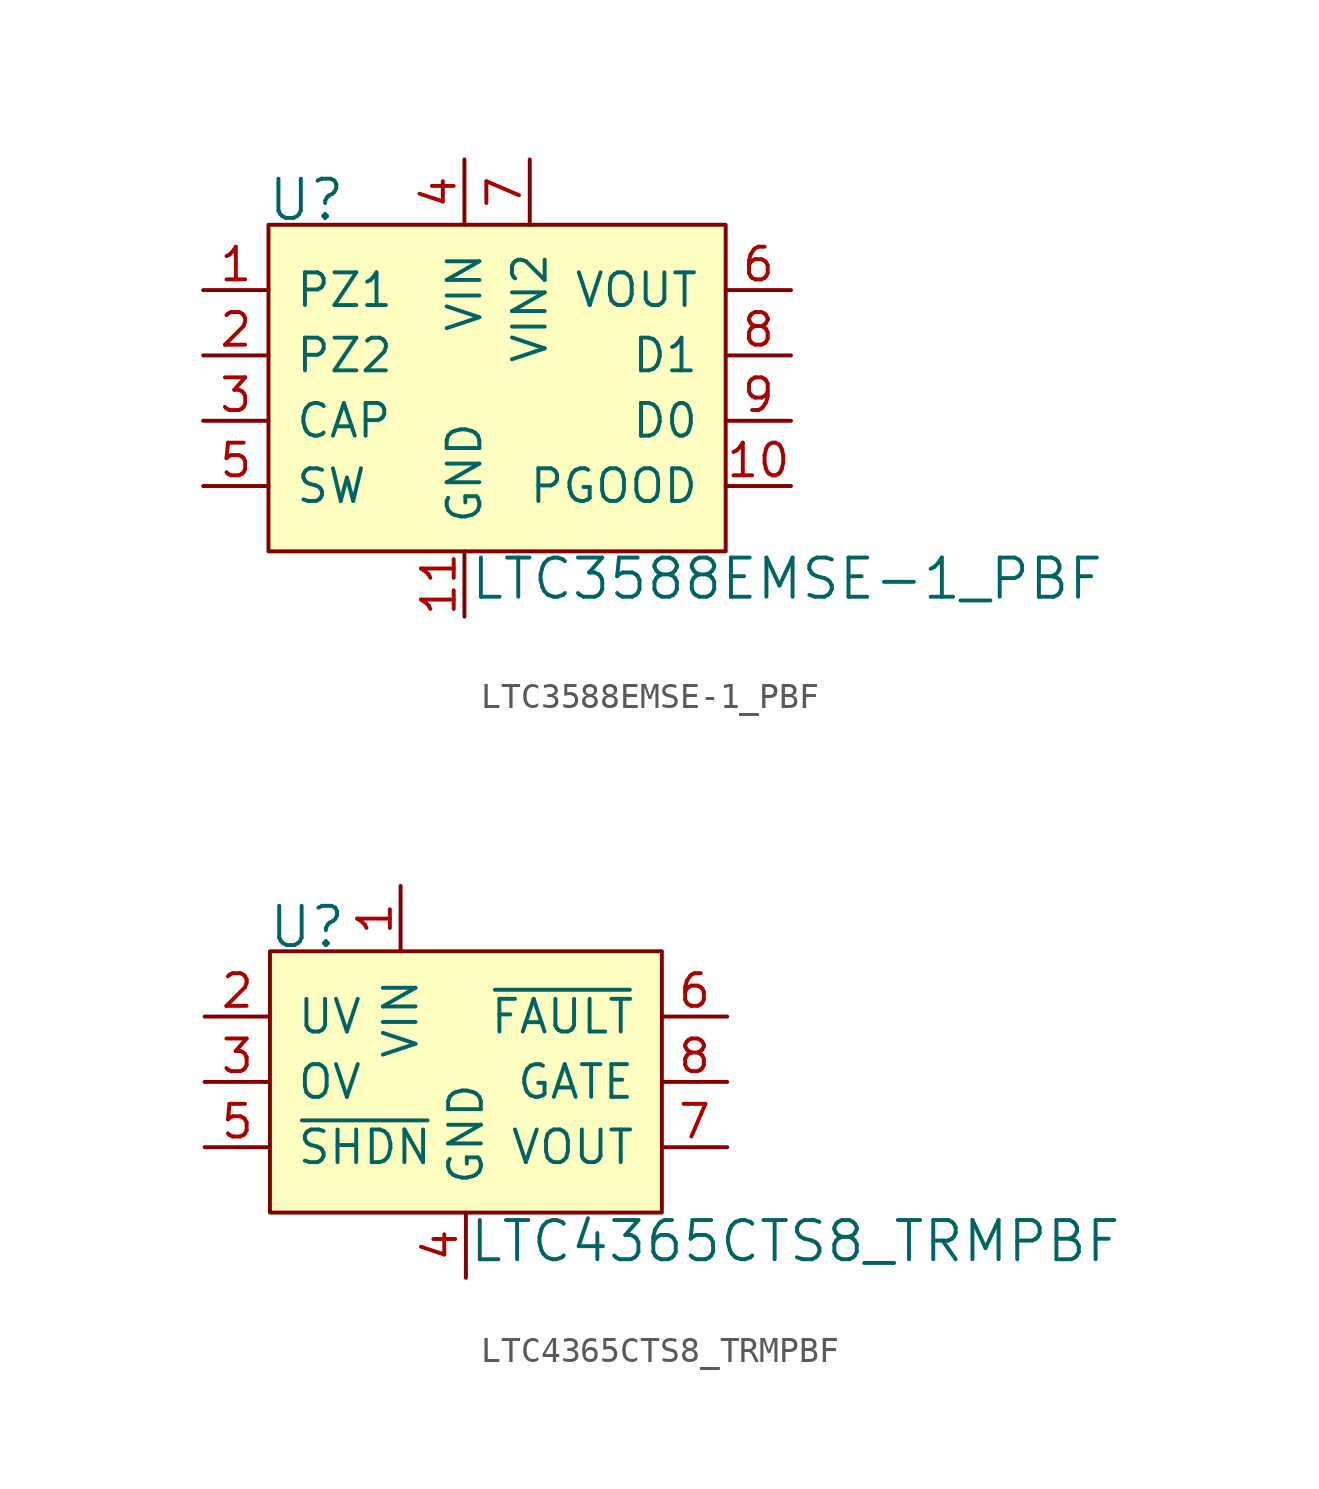
<source format=kicad_sym>
(kicad_symbol_lib
  (version 20201005)
  (generator kicad_symbol_editor)
  (symbol "LTC3588EMSE-1_PBF"
    (pin_names
      (offset 1.016))
    (property "Reference" "U"
      (at -7.696 6.045 0)
      (effects (font (size 1.524 1.524)) (justify left)))
    (property "Value" "LTC3588EMSE-1_PBF"
      (at 0.178 -8.687 0)
      (effects (font (size 1.524 1.524)) (justify left)))
    (symbol "LTC3588EMSE-1_PBF_0_1"
      (rectangle (start -7.62 5.08) (end 10.16 -7.62) (stroke (width 0)) (fill (type background))))
    (symbol "LTC3588EMSE-1_PBF_1_1"
      (pin input line (at -10.16 2.54 0) (length 2.54) (name "PZ1" (effects (font (size 1.27 1.27)))) (number "1" (effects (font (size 1.27 1.27)))))
      (pin input line (at -10.16 0 0) (length 2.54) (name "PZ2" (effects (font (size 1.27 1.27)))) (number "2" (effects (font (size 1.27 1.27)))))
      (pin input line (at -10.16 -2.54 0) (length 2.54) (name "CAP" (effects (font (size 1.27 1.27)))) (number "3" (effects (font (size 1.27 1.27)))))
      (pin power_in line (at 0 7.62 270) (length 2.54) (name "VIN" (effects (font (size 1.27 1.27)))) (number "4" (effects (font (size 1.27 1.27)))))
      (pin input line (at -10.16 -5.08 0) (length 2.54) (name "SW" (effects (font (size 1.27 1.27)))) (number "5" (effects (font (size 1.27 1.27)))))
      (pin power_out line (at 12.7 2.54 180) (length 2.54) (name "VOUT" (effects (font (size 1.27 1.27)))) (number "6" (effects (font (size 1.27 1.27)))))
      (pin power_in line (at 2.54 7.62 270) (length 2.54) (name "VIN2" (effects (font (size 1.27 1.27)))) (number "7" (effects (font (size 1.27 1.27)))))
      (pin output line (at 12.7 0 180) (length 2.54) (name "D1" (effects (font (size 1.27 1.27)))) (number "8" (effects (font (size 1.27 1.27)))))
      (pin output line (at 12.7 -2.54 180) (length 2.54) (name "D0" (effects (font (size 1.27 1.27)))) (number "9" (effects (font (size 1.27 1.27)))))
      (pin output line (at 12.7 -5.08 180) (length 2.54) (name "PGOOD" (effects (font (size 1.27 1.27)))) (number "10" (effects (font (size 1.27 1.27)))))
      (pin power_in line (at 0 -10.16 90) (length 2.54) (name "GND" (effects (font (size 1.27 1.27)))) (number "11" (effects (font (size 1.27 1.27)))))))
  (symbol "LTC4365CTS8_TRMPBF"
    (pin_names
      (offset 1.016))
    (property "Reference" "U"
      (at -10.262 6.02 0)
      (effects (font (size 1.524 1.524)) (justify left)))
    (property "Value" "LTC4365CTS8_TRMPBF"
      (at -2.464 -6.198 0)
      (effects (font (size 1.524 1.524)) (justify left)))
    (symbol "LTC4365CTS8_TRMPBF_0_1"
      (rectangle (start -10.16 5.08) (end 5.08 -5.08) (stroke (width 0)) (fill (type background))))
    (symbol "LTC4365CTS8_TRMPBF_1_1"
      (pin power_in line (at -5.08 7.62 270) (length 2.54) (name "VIN" (effects (font (size 1.27 1.27)))) (number "1" (effects (font (size 1.27 1.27)))))
      (pin input line (at -12.7 2.54 0) (length 2.54) (name "UV" (effects (font (size 1.27 1.27)))) (number "2" (effects (font (size 1.27 1.27)))))
      (pin input line (at -12.7 0 0) (length 2.54) (name "OV" (effects (font (size 1.27 1.27)))) (number "3" (effects (font (size 1.27 1.27)))))
      (pin power_in line (at -2.54 -7.62 90) (length 2.54) (name "GND" (effects (font (size 1.27 1.27)))) (number "4" (effects (font (size 1.27 1.27)))))
      (pin input line (at -12.7 -2.54 0) (length 2.54) (name "~SHDN" (effects (font (size 1.27 1.27)))) (number "5" (effects (font (size 1.27 1.27)))))
      (pin output line (at 7.62 2.54 180) (length 2.54) (name "~FAULT" (effects (font (size 1.27 1.27)))) (number "6" (effects (font (size 1.27 1.27)))))
      (pin power_out line (at 7.62 -2.54 180) (length 2.54) (name "VOUT" (effects (font (size 1.27 1.27)))) (number "7" (effects (font (size 1.27 1.27)))))
      (pin output line (at 7.62 0 180) (length 2.54) (name "GATE" (effects (font (size 1.27 1.27)))) (number "8" (effects (font (size 1.27 1.27))))))))
</source>
